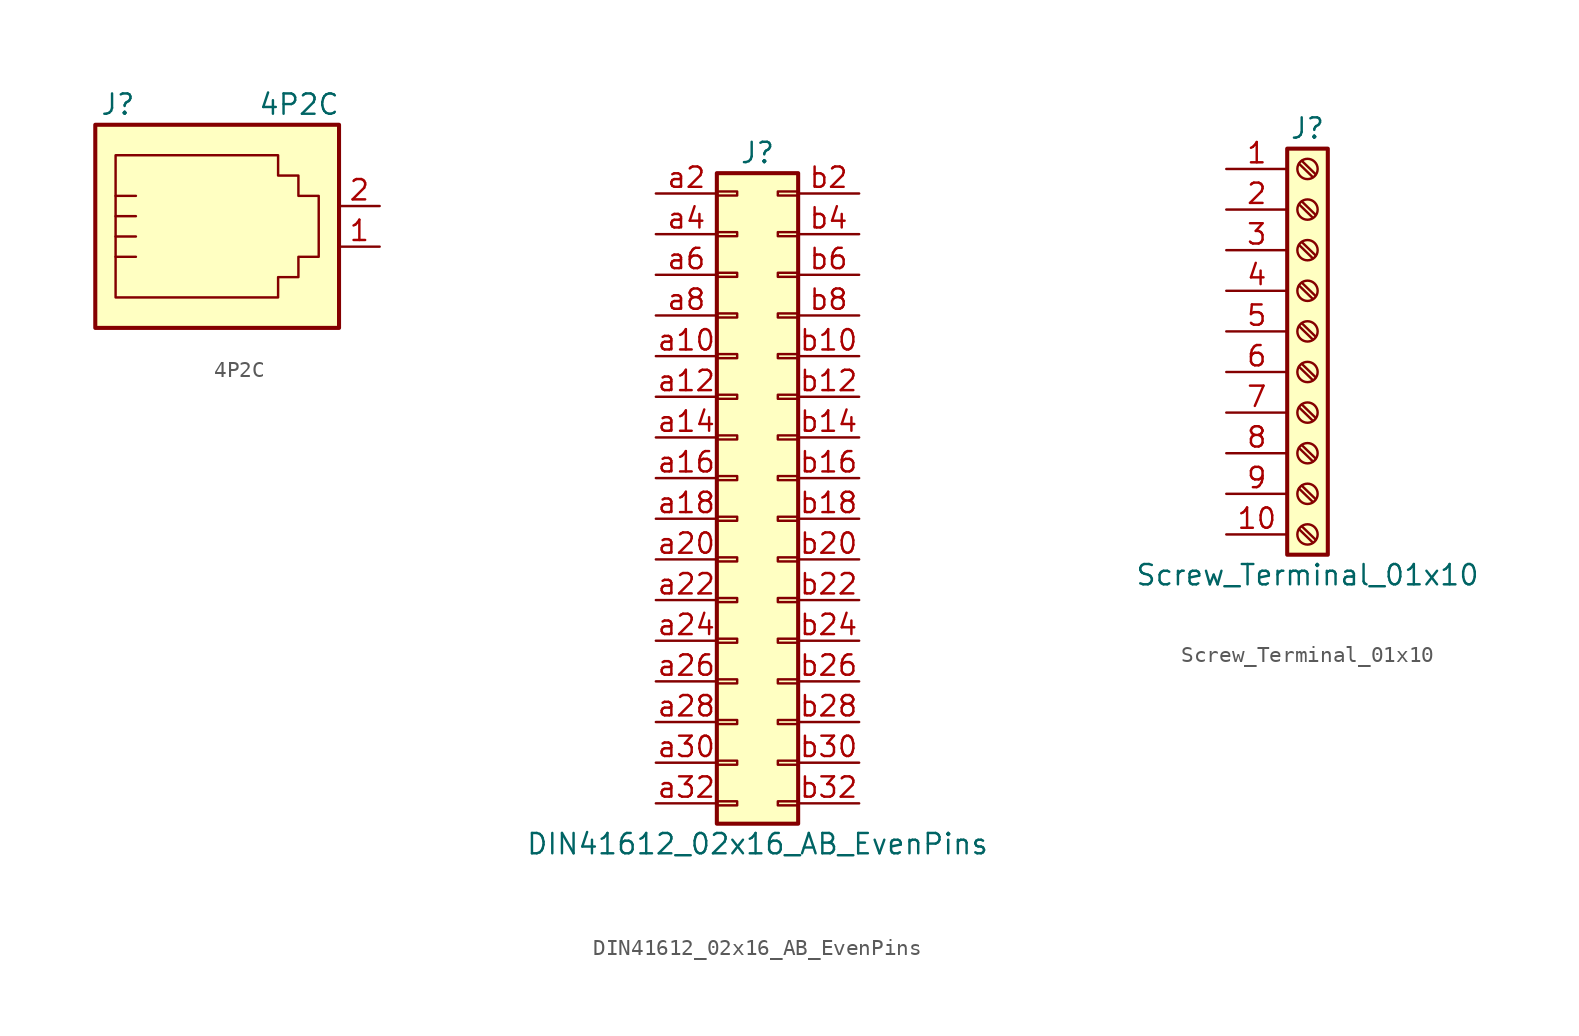
<source format=kicad_sym>
(kicad_symbol_lib
  (version 20241209)
  (generator "kicad_symbol_editor")
  (generator_version "9.0")
  (symbol "4P2C"
    (pin_names
      (offset 1.016))
    (property "Reference" "J"
      (at -5.08 8.89 0)
      (effects (font (size 1.27 1.27)) (justify right)))
    (property "Value" "4P2C"
      (at 2.54 8.89 0)
      (effects (font (size 1.27 1.27)) (justify left)))
    (symbol "4P2C_0_1"
      (polyline (pts (xy -6.35 3.175) (xy -5.08 3.175) (xy -5.08 3.175)) (stroke (width 0) (type default)) (fill (type none)))
      (polyline (pts (xy -6.35 1.905) (xy -5.08 1.905) (xy -5.08 1.905)) (stroke (width 0) (type default)) (fill (type none)))
      (polyline (pts (xy -6.35 0.635) (xy -5.08 0.635) (xy -5.08 0.635)) (stroke (width 0) (type default)) (fill (type none)))
      (polyline (pts (xy -6.35 -0.635) (xy -5.08 -0.635) (xy -5.08 -0.635)) (stroke (width 0) (type default)) (fill (type none)))
      (polyline (pts (xy -6.35 -3.175) (xy -6.35 5.715) (xy -1.27 5.715) (xy 3.81 5.715) (xy 3.81 4.445) (xy 5.08 4.445) (xy 5.08 3.175) (xy 6.35 3.175) (xy 6.35 -0.635) (xy 5.08 -0.635) (xy 5.08 -1.905) (xy 3.81 -1.905) (xy 3.81 -3.175) (xy -6.35 -3.175) (xy -6.35 -3.175)) (stroke (width 0) (type default)) (fill (type none)))
      (rectangle (start 7.62 7.62) (end -7.62 -5.08) (stroke (width 0.254) (type default)) (fill (type background))))
    (symbol "4P2C_1_1"
      (pin passive line (at 10.16 2.54 180) (length 2.54) (name "~" (effects (font (size 1.27 1.27)))) (number "2" (effects (font (size 1.27 1.27)))))
      (pin passive line (at 10.16 0 180) (length 2.54) (name "~" (effects (font (size 1.27 1.27)))) (number "1" (effects (font (size 1.27 1.27)))))))
  (symbol "DIN41612_02x16_AB_EvenPins"
    (pin_names
      (offset 1.016)
      (hide yes))
    (property "Reference" "J"
      (at 1.27 20.32 0)
      (effects (font (size 1.27 1.27))))
    (property "Value" "DIN41612_02x16_AB_EvenPins"
      (at 1.27 -22.86 0)
      (effects (font (size 1.27 1.27))))
    (symbol "DIN41612_02x16_AB_EvenPins_1_1"
      (rectangle (start -1.27 19.05) (end 3.81 -21.59) (stroke (width 0.254) (type default)) (fill (type background)))
      (rectangle (start -1.27 17.907) (end 0 17.653) (stroke (width 0.152) (type default)) (fill (type none)))
      (rectangle (start -1.27 15.367) (end 0 15.113) (stroke (width 0.152) (type default)) (fill (type none)))
      (rectangle (start -1.27 12.827) (end 0 12.573) (stroke (width 0.152) (type default)) (fill (type none)))
      (rectangle (start -1.27 10.287) (end 0 10.033) (stroke (width 0.152) (type default)) (fill (type none)))
      (rectangle (start -1.27 7.747) (end 0 7.493) (stroke (width 0.152) (type default)) (fill (type none)))
      (rectangle (start -1.27 5.207) (end 0 4.953) (stroke (width 0.152) (type default)) (fill (type none)))
      (rectangle (start -1.27 2.667) (end 0 2.413) (stroke (width 0.152) (type default)) (fill (type none)))
      (rectangle (start -1.27 0.127) (end 0 -0.127) (stroke (width 0.152) (type default)) (fill (type none)))
      (rectangle (start -1.27 -2.413) (end 0 -2.667) (stroke (width 0.152) (type default)) (fill (type none)))
      (rectangle (start -1.27 -4.953) (end 0 -5.207) (stroke (width 0.152) (type default)) (fill (type none)))
      (rectangle (start -1.27 -7.493) (end 0 -7.747) (stroke (width 0.152) (type default)) (fill (type none)))
      (rectangle (start -1.27 -10.033) (end 0 -10.287) (stroke (width 0.152) (type default)) (fill (type none)))
      (rectangle (start -1.27 -12.573) (end 0 -12.827) (stroke (width 0.152) (type default)) (fill (type none)))
      (rectangle (start -1.27 -15.113) (end 0 -15.367) (stroke (width 0.152) (type default)) (fill (type none)))
      (rectangle (start -1.27 -17.653) (end 0 -17.907) (stroke (width 0.152) (type default)) (fill (type none)))
      (rectangle (start -1.27 -20.193) (end 0 -20.447) (stroke (width 0.152) (type default)) (fill (type none)))
      (rectangle (start 3.81 17.907) (end 2.54 17.653) (stroke (width 0.152) (type default)) (fill (type none)))
      (rectangle (start 3.81 15.367) (end 2.54 15.113) (stroke (width 0.152) (type default)) (fill (type none)))
      (rectangle (start 3.81 12.827) (end 2.54 12.573) (stroke (width 0.152) (type default)) (fill (type none)))
      (rectangle (start 3.81 10.287) (end 2.54 10.033) (stroke (width 0.152) (type default)) (fill (type none)))
      (rectangle (start 3.81 7.747) (end 2.54 7.493) (stroke (width 0.152) (type default)) (fill (type none)))
      (rectangle (start 3.81 5.207) (end 2.54 4.953) (stroke (width 0.152) (type default)) (fill (type none)))
      (rectangle (start 3.81 2.667) (end 2.54 2.413) (stroke (width 0.152) (type default)) (fill (type none)))
      (rectangle (start 3.81 0.127) (end 2.54 -0.127) (stroke (width 0.152) (type default)) (fill (type none)))
      (rectangle (start 3.81 -2.413) (end 2.54 -2.667) (stroke (width 0.152) (type default)) (fill (type none)))
      (rectangle (start 3.81 -4.953) (end 2.54 -5.207) (stroke (width 0.152) (type default)) (fill (type none)))
      (rectangle (start 3.81 -7.493) (end 2.54 -7.747) (stroke (width 0.152) (type default)) (fill (type none)))
      (rectangle (start 3.81 -10.033) (end 2.54 -10.287) (stroke (width 0.152) (type default)) (fill (type none)))
      (rectangle (start 3.81 -12.573) (end 2.54 -12.827) (stroke (width 0.152) (type default)) (fill (type none)))
      (rectangle (start 3.81 -15.113) (end 2.54 -15.367) (stroke (width 0.152) (type default)) (fill (type none)))
      (rectangle (start 3.81 -17.653) (end 2.54 -17.907) (stroke (width 0.152) (type default)) (fill (type none)))
      (rectangle (start 3.81 -20.193) (end 2.54 -20.447) (stroke (width 0.152) (type default)) (fill (type none)))
      (pin passive line (at -5.08 17.78 0) (length 3.81) (name "Pin_a2" (effects (font (size 1.27 1.27)))) (number "a2" (effects (font (size 1.27 1.27)))))
      (pin passive line (at -5.08 15.24 0) (length 3.81) (name "Pin_a4" (effects (font (size 1.27 1.27)))) (number "a4" (effects (font (size 1.27 1.27)))))
      (pin passive line (at -5.08 12.7 0) (length 3.81) (name "Pin_a6" (effects (font (size 1.27 1.27)))) (number "a6" (effects (font (size 1.27 1.27)))))
      (pin passive line (at -5.08 10.16 0) (length 3.81) (name "Pin_a8" (effects (font (size 1.27 1.27)))) (number "a8" (effects (font (size 1.27 1.27)))))
      (pin passive line (at -5.08 7.62 0) (length 3.81) (name "Pin_a10" (effects (font (size 1.27 1.27)))) (number "a10" (effects (font (size 1.27 1.27)))))
      (pin passive line (at -5.08 5.08 0) (length 3.81) (name "Pin_a12" (effects (font (size 1.27 1.27)))) (number "a12" (effects (font (size 1.27 1.27)))))
      (pin passive line (at -5.08 2.54 0) (length 3.81) (name "Pin_a14" (effects (font (size 1.27 1.27)))) (number "a14" (effects (font (size 1.27 1.27)))))
      (pin passive line (at -5.08 0 0) (length 3.81) (name "Pin_a16" (effects (font (size 1.27 1.27)))) (number "a16" (effects (font (size 1.27 1.27)))))
      (pin passive line (at -5.08 -2.54 0) (length 3.81) (name "Pin_a18" (effects (font (size 1.27 1.27)))) (number "a18" (effects (font (size 1.27 1.27)))))
      (pin passive line (at -5.08 -5.08 0) (length 3.81) (name "Pin_a20" (effects (font (size 1.27 1.27)))) (number "a20" (effects (font (size 1.27 1.27)))))
      (pin passive line (at -5.08 -7.62 0) (length 3.81) (name "Pin_a22" (effects (font (size 1.27 1.27)))) (number "a22" (effects (font (size 1.27 1.27)))))
      (pin passive line (at -5.08 -10.16 0) (length 3.81) (name "Pin_a24" (effects (font (size 1.27 1.27)))) (number "a24" (effects (font (size 1.27 1.27)))))
      (pin passive line (at -5.08 -12.7 0) (length 3.81) (name "Pin_a26" (effects (font (size 1.27 1.27)))) (number "a26" (effects (font (size 1.27 1.27)))))
      (pin passive line (at -5.08 -15.24 0) (length 3.81) (name "Pin_a28" (effects (font (size 1.27 1.27)))) (number "a28" (effects (font (size 1.27 1.27)))))
      (pin passive line (at -5.08 -17.78 0) (length 3.81) (name "Pin_a30" (effects (font (size 1.27 1.27)))) (number "a30" (effects (font (size 1.27 1.27)))))
      (pin passive line (at -5.08 -20.32 0) (length 3.81) (name "Pin_a32" (effects (font (size 1.27 1.27)))) (number "a32" (effects (font (size 1.27 1.27)))))
      (pin passive line (at 7.62 17.78 180) (length 3.81) (name "Pin_b2" (effects (font (size 1.27 1.27)))) (number "b2" (effects (font (size 1.27 1.27)))))
      (pin passive line (at 7.62 15.24 180) (length 3.81) (name "Pin_b4" (effects (font (size 1.27 1.27)))) (number "b4" (effects (font (size 1.27 1.27)))))
      (pin passive line (at 7.62 12.7 180) (length 3.81) (name "Pin_b6" (effects (font (size 1.27 1.27)))) (number "b6" (effects (font (size 1.27 1.27)))))
      (pin passive line (at 7.62 10.16 180) (length 3.81) (name "Pin_b8" (effects (font (size 1.27 1.27)))) (number "b8" (effects (font (size 1.27 1.27)))))
      (pin passive line (at 7.62 7.62 180) (length 3.81) (name "Pin_b10" (effects (font (size 1.27 1.27)))) (number "b10" (effects (font (size 1.27 1.27)))))
      (pin passive line (at 7.62 5.08 180) (length 3.81) (name "Pin_b12" (effects (font (size 1.27 1.27)))) (number "b12" (effects (font (size 1.27 1.27)))))
      (pin passive line (at 7.62 2.54 180) (length 3.81) (name "Pin_b14" (effects (font (size 1.27 1.27)))) (number "b14" (effects (font (size 1.27 1.27)))))
      (pin passive line (at 7.62 0 180) (length 3.81) (name "Pin_b16" (effects (font (size 1.27 1.27)))) (number "b16" (effects (font (size 1.27 1.27)))))
      (pin passive line (at 7.62 -2.54 180) (length 3.81) (name "Pin_b18" (effects (font (size 1.27 1.27)))) (number "b18" (effects (font (size 1.27 1.27)))))
      (pin passive line (at 7.62 -5.08 180) (length 3.81) (name "Pin_b20" (effects (font (size 1.27 1.27)))) (number "b20" (effects (font (size 1.27 1.27)))))
      (pin passive line (at 7.62 -7.62 180) (length 3.81) (name "Pin_b22" (effects (font (size 1.27 1.27)))) (number "b22" (effects (font (size 1.27 1.27)))))
      (pin passive line (at 7.62 -10.16 180) (length 3.81) (name "Pin_b24" (effects (font (size 1.27 1.27)))) (number "b24" (effects (font (size 1.27 1.27)))))
      (pin passive line (at 7.62 -12.7 180) (length 3.81) (name "Pin_b26" (effects (font (size 1.27 1.27)))) (number "b26" (effects (font (size 1.27 1.27)))))
      (pin passive line (at 7.62 -15.24 180) (length 3.81) (name "Pin_b28" (effects (font (size 1.27 1.27)))) (number "b28" (effects (font (size 1.27 1.27)))))
      (pin passive line (at 7.62 -17.78 180) (length 3.81) (name "Pin_b30" (effects (font (size 1.27 1.27)))) (number "b30" (effects (font (size 1.27 1.27)))))
      (pin passive line (at 7.62 -20.32 180) (length 3.81) (name "Pin_b32" (effects (font (size 1.27 1.27)))) (number "b32" (effects (font (size 1.27 1.27)))))))
  (symbol "Screw_Terminal_01x10"
    (pin_names
      (offset 1.016)
      (hide yes))
    (property "Reference" "J"
      (at 0 12.7 0)
      (effects (font (size 1.27 1.27))))
    (property "Value" "Screw_Terminal_01x10"
      (at 0 -15.24 0)
      (effects (font (size 1.27 1.27))))
    (symbol "Screw_Terminal_01x10_1_1"
      (rectangle (start -1.27 11.43) (end 1.27 -13.97) (stroke (width 0.254) (type default)) (fill (type background)))
      (polyline (pts (xy -0.533 10.49) (xy 0.33 9.652)) (stroke (width 0.152) (type default)) (fill (type none)))
      (polyline (pts (xy -0.533 7.95) (xy 0.33 7.112)) (stroke (width 0.152) (type default)) (fill (type none)))
      (polyline (pts (xy -0.533 5.41) (xy 0.33 4.572)) (stroke (width 0.152) (type default)) (fill (type none)))
      (polyline (pts (xy -0.533 2.87) (xy 0.33 2.032)) (stroke (width 0.152) (type default)) (fill (type none)))
      (polyline (pts (xy -0.533 0.33) (xy 0.33 -0.508)) (stroke (width 0.152) (type default)) (fill (type none)))
      (polyline (pts (xy -0.533 -2.21) (xy 0.33 -3.048)) (stroke (width 0.152) (type default)) (fill (type none)))
      (polyline (pts (xy -0.533 -4.75) (xy 0.33 -5.588)) (stroke (width 0.152) (type default)) (fill (type none)))
      (polyline (pts (xy -0.533 -7.29) (xy 0.33 -8.128)) (stroke (width 0.152) (type default)) (fill (type none)))
      (polyline (pts (xy -0.533 -9.83) (xy 0.33 -10.668)) (stroke (width 0.152) (type default)) (fill (type none)))
      (polyline (pts (xy -0.533 -12.37) (xy 0.33 -13.208)) (stroke (width 0.152) (type default)) (fill (type none)))
      (polyline (pts (xy -0.356 10.668) (xy 0.508 9.83)) (stroke (width 0.152) (type default)) (fill (type none)))
      (polyline (pts (xy -0.356 8.128) (xy 0.508 7.29)) (stroke (width 0.152) (type default)) (fill (type none)))
      (polyline (pts (xy -0.356 5.588) (xy 0.508 4.75)) (stroke (width 0.152) (type default)) (fill (type none)))
      (polyline (pts (xy -0.356 3.048) (xy 0.508 2.21)) (stroke (width 0.152) (type default)) (fill (type none)))
      (polyline (pts (xy -0.356 0.508) (xy 0.508 -0.33)) (stroke (width 0.152) (type default)) (fill (type none)))
      (polyline (pts (xy -0.356 -2.032) (xy 0.508 -2.87)) (stroke (width 0.152) (type default)) (fill (type none)))
      (polyline (pts (xy -0.356 -4.572) (xy 0.508 -5.41)) (stroke (width 0.152) (type default)) (fill (type none)))
      (polyline (pts (xy -0.356 -7.112) (xy 0.508 -7.95)) (stroke (width 0.152) (type default)) (fill (type none)))
      (polyline (pts (xy -0.356 -9.652) (xy 0.508 -10.49)) (stroke (width 0.152) (type default)) (fill (type none)))
      (polyline (pts (xy -0.356 -12.192) (xy 0.508 -13.03)) (stroke (width 0.152) (type default)) (fill (type none)))
      (circle (center 0 10.16) (radius 0.635) (stroke (width 0.152) (type default)) (fill (type none)))
      (circle (center 0 7.62) (radius 0.635) (stroke (width 0.152) (type default)) (fill (type none)))
      (circle (center 0 5.08) (radius 0.635) (stroke (width 0.152) (type default)) (fill (type none)))
      (circle (center 0 2.54) (radius 0.635) (stroke (width 0.152) (type default)) (fill (type none)))
      (circle (center 0 0) (radius 0.635) (stroke (width 0.152) (type default)) (fill (type none)))
      (circle (center 0 -2.54) (radius 0.635) (stroke (width 0.152) (type default)) (fill (type none)))
      (circle (center 0 -5.08) (radius 0.635) (stroke (width 0.152) (type default)) (fill (type none)))
      (circle (center 0 -7.62) (radius 0.635) (stroke (width 0.152) (type default)) (fill (type none)))
      (circle (center 0 -10.16) (radius 0.635) (stroke (width 0.152) (type default)) (fill (type none)))
      (circle (center 0 -12.7) (radius 0.635) (stroke (width 0.152) (type default)) (fill (type none)))
      (pin passive line (at -5.08 10.16 0) (length 3.81) (name "Pin_1" (effects (font (size 1.27 1.27)))) (number "1" (effects (font (size 1.27 1.27)))))
      (pin passive line (at -5.08 7.62 0) (length 3.81) (name "Pin_2" (effects (font (size 1.27 1.27)))) (number "2" (effects (font (size 1.27 1.27)))))
      (pin passive line (at -5.08 5.08 0) (length 3.81) (name "Pin_3" (effects (font (size 1.27 1.27)))) (number "3" (effects (font (size 1.27 1.27)))))
      (pin passive line (at -5.08 2.54 0) (length 3.81) (name "Pin_4" (effects (font (size 1.27 1.27)))) (number "4" (effects (font (size 1.27 1.27)))))
      (pin passive line (at -5.08 0 0) (length 3.81) (name "Pin_5" (effects (font (size 1.27 1.27)))) (number "5" (effects (font (size 1.27 1.27)))))
      (pin passive line (at -5.08 -2.54 0) (length 3.81) (name "Pin_6" (effects (font (size 1.27 1.27)))) (number "6" (effects (font (size 1.27 1.27)))))
      (pin passive line (at -5.08 -5.08 0) (length 3.81) (name "Pin_7" (effects (font (size 1.27 1.27)))) (number "7" (effects (font (size 1.27 1.27)))))
      (pin passive line (at -5.08 -7.62 0) (length 3.81) (name "Pin_8" (effects (font (size 1.27 1.27)))) (number "8" (effects (font (size 1.27 1.27)))))
      (pin passive line (at -5.08 -10.16 0) (length 3.81) (name "Pin_9" (effects (font (size 1.27 1.27)))) (number "9" (effects (font (size 1.27 1.27)))))
      (pin passive line (at -5.08 -12.7 0) (length 3.81) (name "Pin_10" (effects (font (size 1.27 1.27)))) (number "10" (effects (font (size 1.27 1.27))))))))
</source>
